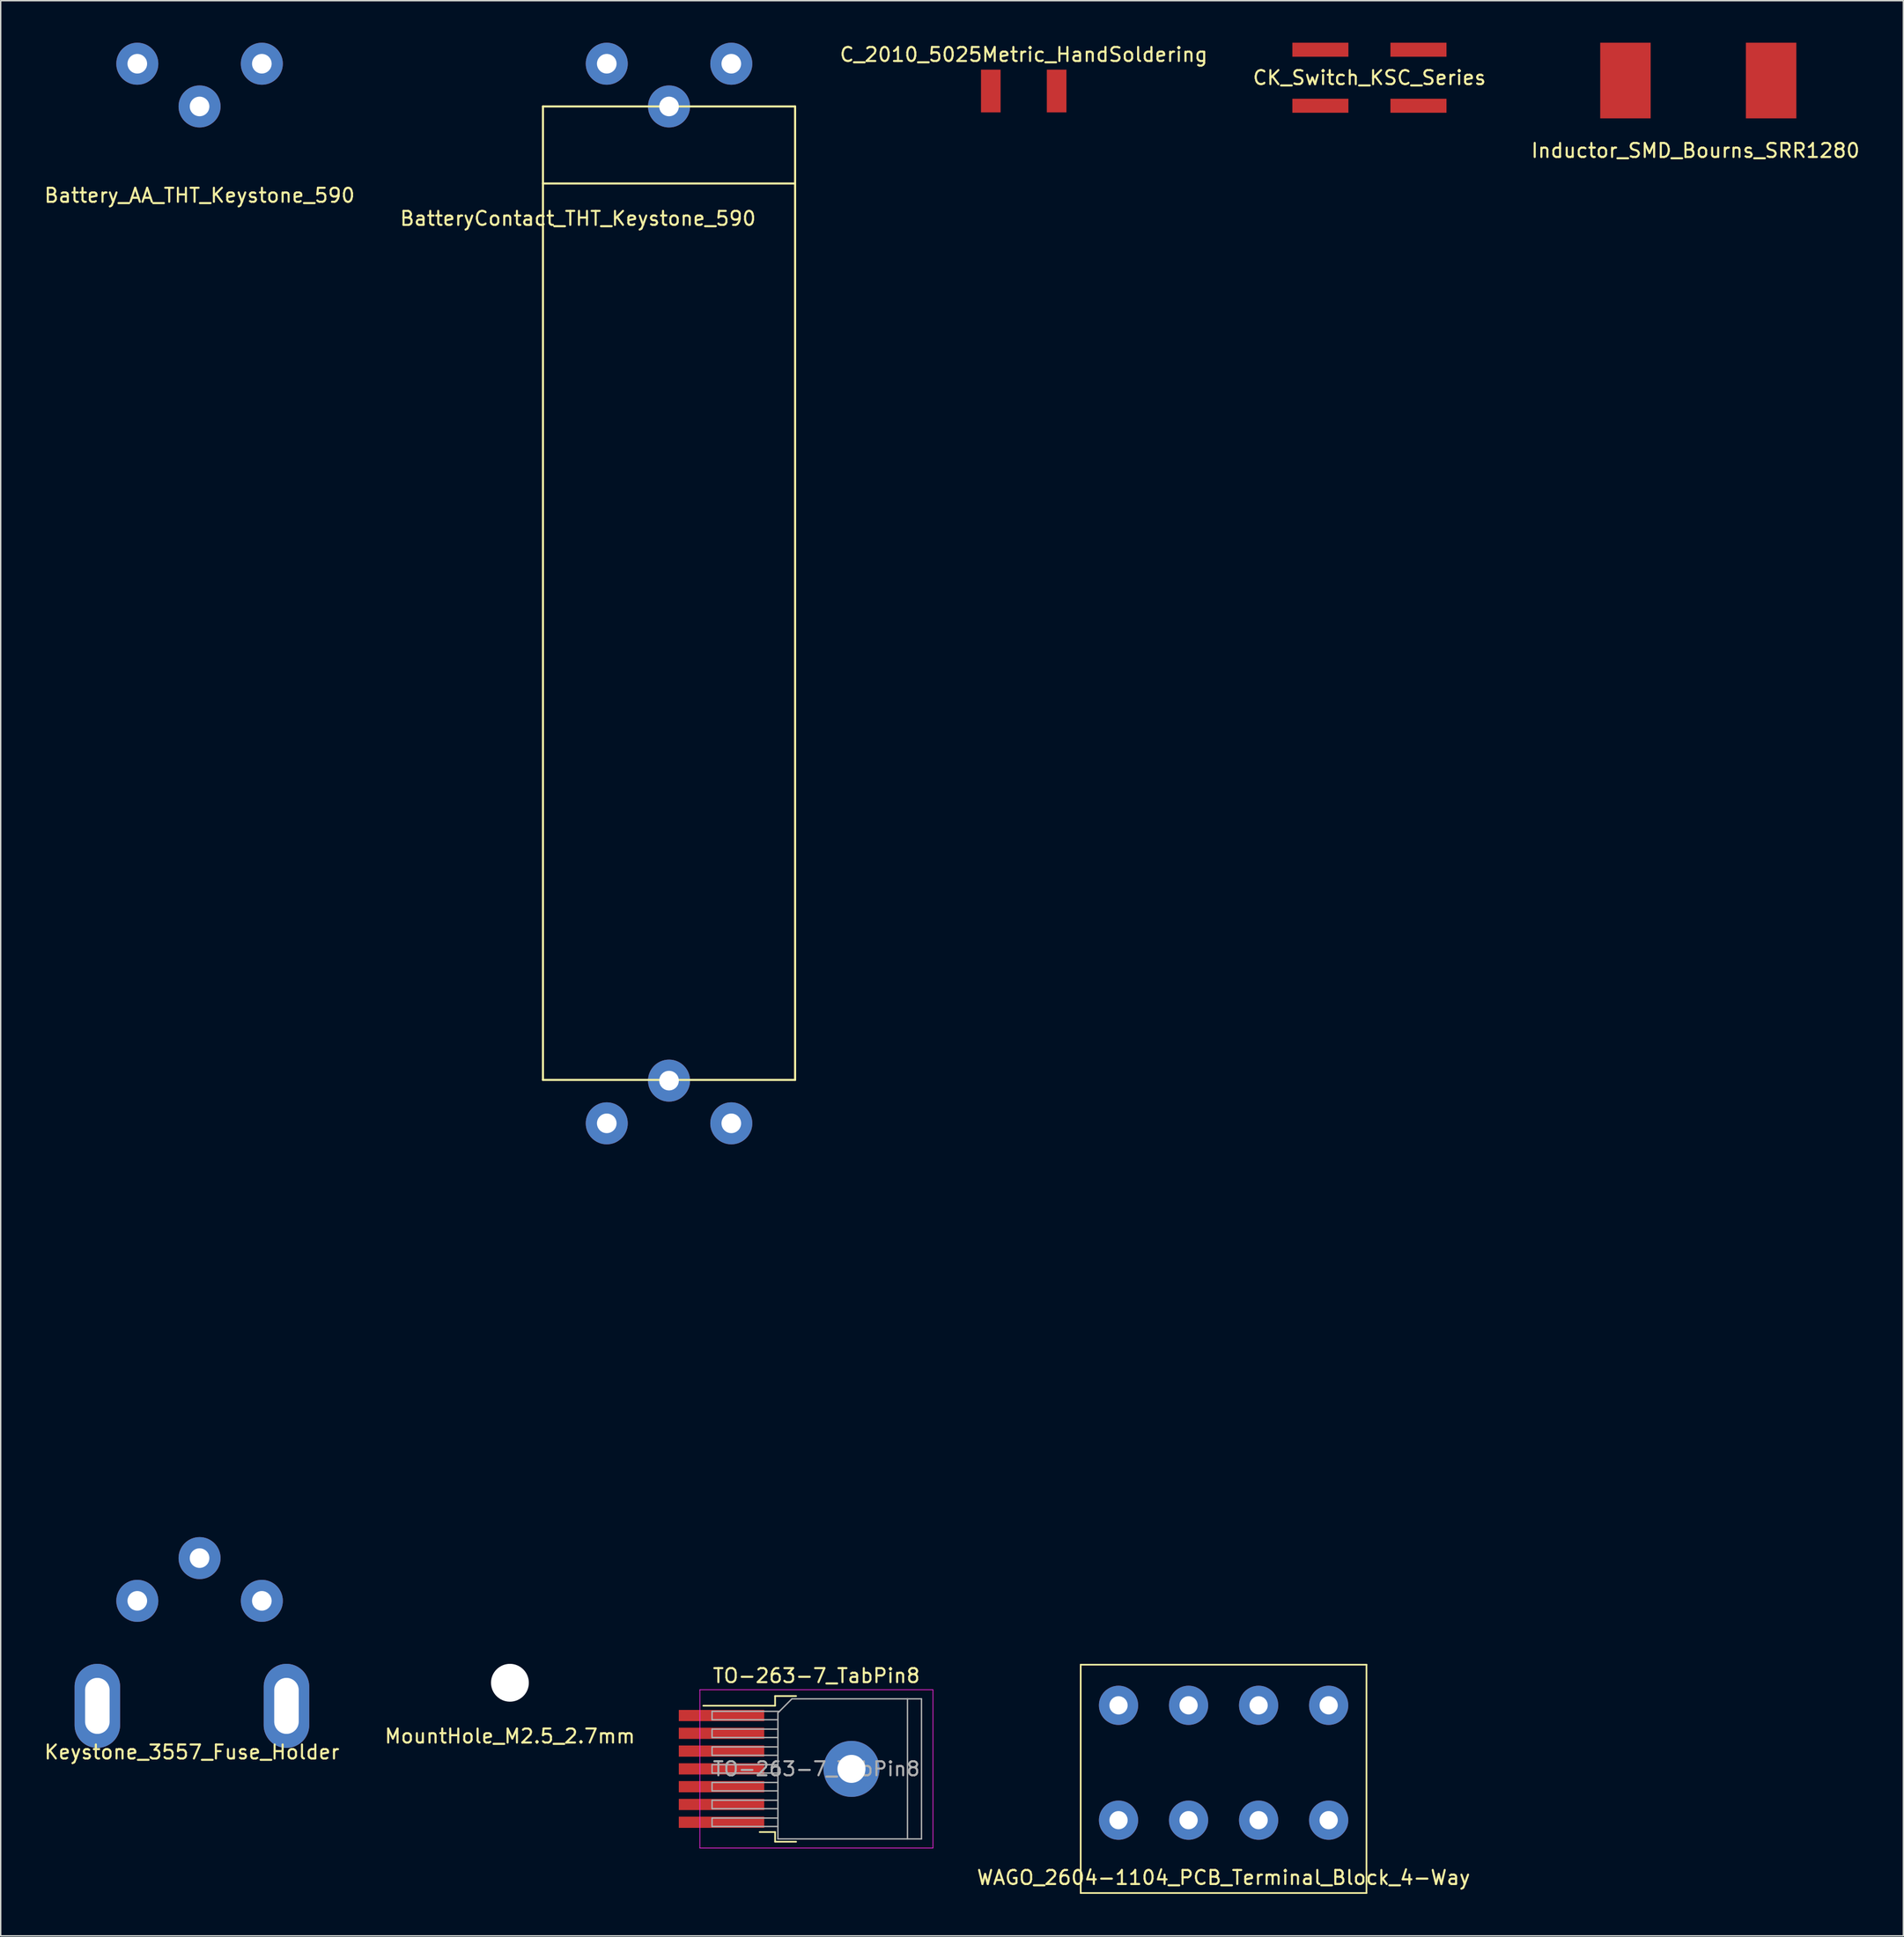
<source format=kicad_pcb>
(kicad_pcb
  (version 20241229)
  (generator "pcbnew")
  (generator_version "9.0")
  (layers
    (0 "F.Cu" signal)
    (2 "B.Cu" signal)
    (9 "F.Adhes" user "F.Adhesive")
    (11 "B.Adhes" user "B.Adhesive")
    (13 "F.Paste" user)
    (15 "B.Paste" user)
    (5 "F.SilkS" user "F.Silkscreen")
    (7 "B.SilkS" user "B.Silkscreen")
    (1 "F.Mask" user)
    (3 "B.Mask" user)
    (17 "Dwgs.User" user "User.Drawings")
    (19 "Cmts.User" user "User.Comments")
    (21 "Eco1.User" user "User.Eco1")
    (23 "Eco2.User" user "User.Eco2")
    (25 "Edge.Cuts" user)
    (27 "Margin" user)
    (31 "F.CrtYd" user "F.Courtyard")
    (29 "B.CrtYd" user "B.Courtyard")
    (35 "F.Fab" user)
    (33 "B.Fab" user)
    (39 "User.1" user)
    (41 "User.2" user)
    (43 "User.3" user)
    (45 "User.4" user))
  (footprint "BatteryContact_THT_Keystone_590"
    (layer "F.Cu")
    (at 44.708 4.55)
    (property "Reference" "BatteryContact_THT_Keystone_590" (at -6.5 8 0) (layer "F.SilkS") (effects (font (size 1 1) (thickness 0.15))))
    (attr through_hole)
    (fp_line (start -9 0) (end 9 0) (stroke (width 0.15) (type solid)) (layer "F.SilkS"))
    (fp_line (start -9 69.5) (end -9 0) (stroke (width 0.15) (type solid)) (layer "F.SilkS"))
    (fp_line (start 9 0) (end 9 69.5) (stroke (width 0.15) (type solid)) (layer "F.SilkS"))
    (fp_line (start 9 5.5) (end -9 5.5) (stroke (width 0.15) (type solid)) (layer "F.SilkS"))
    (fp_line (start 9 69.5) (end -9 69.5) (stroke (width 0.15) (type solid)) (layer "F.SilkS"))
    (pad "1" thru_hole circle (at -4.445 -3.05) (size 3 3) (drill 1.4) (layers "*.Cu" "*.Mask"))
    (pad "1" thru_hole circle (at 0 0) (size 3 3) (drill 1.4) (layers "*.Cu" "*.Mask"))
    (pad "1" thru_hole circle (at 4.445 -3.05) (size 3 3) (drill 1.4) (layers "*.Cu" "*.Mask"))
    (pad "2" thru_hole circle (at -4.445 72.6) (size 3 3) (drill 1.4) (layers "*.Cu" "*.Mask"))
    (pad "2" thru_hole circle (at 0 69.55) (size 3 3) (drill 1.4) (layers "*.Cu" "*.Mask"))
    (pad "2" thru_hole circle (at 4.445 72.6) (size 3 3) (drill 1.4) (layers "*.Cu" "*.Mask")))
  (footprint "TO-263-7_TabPin8"
    (layer "F.Cu")
    (at 55.23 123.238)
    (property "Reference" "TO-263-7_TabPin8" (at 0 -6.65 0) (layer "F.SilkS") (effects (font (size 1 1) (thickness 0.15))))
    (attr smd)
    (fp_line (start -2.95 -5.2) (end -2.95 -4.51) (stroke (width 0.12) (type solid)) (layer "F.SilkS"))
    (fp_line (start -2.95 -4.51) (end -8.075 -4.51) (stroke (width 0.12) (type solid)) (layer "F.SilkS"))
    (fp_line (start -2.95 4.51) (end -4.05 4.51) (stroke (width 0.12) (type solid)) (layer "F.SilkS"))
    (fp_line (start -2.95 5.2) (end -2.95 4.51) (stroke (width 0.12) (type solid)) (layer "F.SilkS"))
    (fp_line (start -1.45 -5.2) (end -2.95 -5.2) (stroke (width 0.12) (type solid)) (layer "F.SilkS"))
    (fp_line (start -1.45 5.2) (end -2.95 5.2) (stroke (width 0.12) (type solid)) (layer "F.SilkS"))
    (fp_line (start -8.32 -5.65) (end -8.32 5.65) (stroke (width 0.05) (type solid)) (layer "F.CrtYd"))
    (fp_line (start -8.32 5.65) (end 8.32 5.65) (stroke (width 0.05) (type solid)) (layer "F.CrtYd"))
    (fp_line (start 8.32 -5.65) (end -8.32 -5.65) (stroke (width 0.05) (type solid)) (layer "F.CrtYd"))
    (fp_line (start 8.32 5.65) (end 8.32 -5.65) (stroke (width 0.05) (type solid)) (layer "F.CrtYd"))
    (fp_line (start -7.45 -4.11) (end -7.45 -3.51) (stroke (width 0.1) (type solid)) (layer "F.Fab"))
    (fp_line (start -7.45 -3.51) (end -2.75 -3.51) (stroke (width 0.1) (type solid)) (layer "F.Fab"))
    (fp_line (start -7.45 -2.84) (end -7.45 -2.24) (stroke (width 0.1) (type solid)) (layer "F.Fab"))
    (fp_line (start -7.45 -2.24) (end -2.75 -2.24) (stroke (width 0.1) (type solid)) (layer "F.Fab"))
    (fp_line (start -7.45 -1.57) (end -7.45 -0.97) (stroke (width 0.1) (type solid)) (layer "F.Fab"))
    (fp_line (start -7.45 -0.97) (end -2.75 -0.97) (stroke (width 0.1) (type solid)) (layer "F.Fab"))
    (fp_line (start -7.45 -0.3) (end -7.45 0.3) (stroke (width 0.1) (type solid)) (layer "F.Fab"))
    (fp_line (start -7.45 0.3) (end -2.75 0.3) (stroke (width 0.1) (type solid)) (layer "F.Fab"))
    (fp_line (start -7.45 0.97) (end -7.45 1.57) (stroke (width 0.1) (type solid)) (layer "F.Fab"))
    (fp_line (start -7.45 1.57) (end -2.75 1.57) (stroke (width 0.1) (type solid)) (layer "F.Fab"))
    (fp_line (start -7.45 2.24) (end -7.45 2.84) (stroke (width 0.1) (type solid)) (layer "F.Fab"))
    (fp_line (start -7.45 2.84) (end -2.75 2.84) (stroke (width 0.1) (type solid)) (layer "F.Fab"))
    (fp_line (start -7.45 3.51) (end -7.45 4.11) (stroke (width 0.1) (type solid)) (layer "F.Fab"))
    (fp_line (start -7.45 4.11) (end -2.75 4.11) (stroke (width 0.1) (type solid)) (layer "F.Fab"))
    (fp_line (start -2.75 -4) (end -1.75 -5) (stroke (width 0.1) (type solid)) (layer "F.Fab"))
    (fp_line (start -2.75 -2.84) (end -7.45 -2.84) (stroke (width 0.1) (type solid)) (layer "F.Fab"))
    (fp_line (start -2.75 -1.57) (end -7.45 -1.57) (stroke (width 0.1) (type solid)) (layer "F.Fab"))
    (fp_line (start -2.75 -0.3) (end -7.45 -0.3) (stroke (width 0.1) (type solid)) (layer "F.Fab"))
    (fp_line (start -2.75 0.97) (end -7.45 0.97) (stroke (width 0.1) (type solid)) (layer "F.Fab"))
    (fp_line (start -2.75 2.24) (end -7.45 2.24) (stroke (width 0.1) (type solid)) (layer "F.Fab"))
    (fp_line (start -2.75 3.51) (end -7.45 3.51) (stroke (width 0.1) (type solid)) (layer "F.Fab"))
    (fp_line (start -2.75 5) (end -2.75 -4) (stroke (width 0.1) (type solid)) (layer "F.Fab"))
    (fp_line (start -2.64 -4.11) (end -7.45 -4.11) (stroke (width 0.1) (type solid)) (layer "F.Fab"))
    (fp_line (start -1.75 -5) (end 6.5 -5) (stroke (width 0.1) (type solid)) (layer "F.Fab"))
    (fp_line (start 6.5 -5) (end 6.5 5) (stroke (width 0.1) (type solid)) (layer "F.Fab"))
    (fp_line (start 6.5 -5) (end 7.5 -5) (stroke (width 0.1) (type solid)) (layer "F.Fab"))
    (fp_line (start 6.5 5) (end -2.75 5) (stroke (width 0.1) (type solid)) (layer "F.Fab"))
    (fp_line (start 7.5 -5) (end 7.5 5) (stroke (width 0.1) (type solid)) (layer "F.Fab"))
    (fp_line (start 7.5 5) (end 6.5 5) (stroke (width 0.1) (type solid)) (layer "F.Fab"))
    (fp_text user "${REFERENCE}" (at 0 0 0) (layer "F.Fab") (effects (font (size 1 1) (thickness 0.15))))
    (pad "1" smd rect (at -6.775 -3.81) (size 6.1 0.8) (layers "F.Cu" "F.Mask" "F.Paste"))
    (pad "2" smd rect (at -6.775 -2.54) (size 6.1 0.8) (layers "F.Cu" "F.Mask" "F.Paste"))
    (pad "3" smd rect (at -6.775 -1.27) (size 6.1 0.8) (layers "F.Cu" "F.Mask" "F.Paste"))
    (pad "4" smd rect (at -6.775 0) (size 6.1 0.8) (layers "F.Cu" "F.Mask" "F.Paste"))
    (pad "5" smd rect (at -6.775 1.27) (size 6.1 0.8) (layers "F.Cu" "F.Mask" "F.Paste"))
    (pad "6" smd rect (at -6.775 2.54) (size 6.1 0.8) (layers "F.Cu" "F.Mask" "F.Paste"))
    (pad "7" smd rect (at -6.775 3.81) (size 6.1 0.8) (layers "F.Cu" "F.Mask" "F.Paste"))
    (pad "8" thru_hole circle (at 2.5 0) (size 4 4) (drill 2) (layers "*.Cu" "*.Mask")))
  (footprint "Battery_AA_THT_Keystone_590"
    (layer "F.Cu")
    (at 11.196 4.55)
    (property "Reference" "Battery_AA_THT_Keystone_590" (at 0 6.35 0) (layer "F.SilkS") (effects (font (size 1 1) (thickness 0.15))))
    (attr through_hole)
    (pad "1" thru_hole circle (at -4.445 -3.05) (size 3 3) (drill 1.4) (layers "*.Cu" "*.Mask"))
    (pad "1" thru_hole circle (at 0 0) (size 3 3) (drill 1.4) (layers "*.Cu" "*.Mask"))
    (pad "1" thru_hole circle (at 4.445 -3.05) (size 3 3) (drill 1.4) (layers "*.Cu" "*.Mask"))
    (pad "2" thru_hole circle (at -4.445 106.69) (size 3 3) (drill 1.4) (layers "*.Cu" "*.Mask"))
    (pad "2" thru_hole circle (at 0 103.64) (size 3 3) (drill 1.4) (layers "*.Cu" "*.Mask"))
    (pad "2" thru_hole circle (at 4.445 106.69) (size 3 3) (drill 1.4) (layers "*.Cu" "*.Mask")))
  (footprint "WAGO_2604-1104_PCB_Terminal_Block_4-Way"
    (layer "F.Cu")
    (at 84.295 122.8)
    (property "Reference" "WAGO_2604-1104_PCB_Terminal_Block_4-Way" (at 0 8.2 0) (layer "F.SilkS") (effects (font (size 1 1) (thickness 0.15))))
    (attr through_hole)
    (fp_line (start -10.2 -7) (end -10.2 9.3) (stroke (width 0.12) (type solid)) (layer "F.SilkS"))
    (fp_line (start -10.2 9.3) (end 10.2 9.3) (stroke (width 0.12) (type solid)) (layer "F.SilkS"))
    (fp_line (start 10.2 -7) (end -10.2 -7) (stroke (width 0.12) (type solid)) (layer "F.SilkS"))
    (fp_line (start 10.2 9.3) (end 10.2 -7) (stroke (width 0.12) (type solid)) (layer "F.SilkS"))
    (pad "1" thru_hole circle (at -7.5 -4.1) (size 2.8 2.8) (drill 1.3) (layers "*.Cu" "*.Mask"))
    (pad "1" thru_hole circle (at -7.5 4.1) (size 2.8 2.8) (drill 1.3) (layers "*.Cu" "*.Mask"))
    (pad "2" thru_hole circle (at -2.5 -4.1) (size 2.8 2.8) (drill 1.3) (layers "*.Cu" "*.Mask"))
    (pad "2" thru_hole circle (at -2.5 4.1) (size 2.8 2.8) (drill 1.3) (layers "*.Cu" "*.Mask"))
    (pad "3" thru_hole circle (at 2.5 -4.1) (size 2.8 2.8) (drill 1.3) (layers "*.Cu" "*.Mask"))
    (pad "3" thru_hole circle (at 2.5 4.1) (size 2.8 2.8) (drill 1.3) (layers "*.Cu" "*.Mask"))
    (pad "4" thru_hole circle (at 7.5 -4.1) (size 2.8 2.8) (drill 1.3) (layers "*.Cu" "*.Mask"))
    (pad "4" thru_hole circle (at 7.5 4.1) (size 2.8 2.8) (drill 1.3) (layers "*.Cu" "*.Mask")))
  (footprint "Keystone_3557_Fuse_Holder"
    (layer "F.Cu")
    (at 10.649 118.74)
    (property "Reference" "Keystone_3557_Fuse_Holder" (at 0 3.3 0) (layer "F.SilkS") (effects (font (size 1 1) (thickness 0.15))))
    (attr through_hole)
    (pad "1" thru_hole oval (at -6.75 0) (size 3.25 6) (drill oval 1.75 4) (layers "*.Cu" "*.Mask"))
    (pad "2" thru_hole oval (at 6.75 0) (size 3.25 6) (drill oval 1.75 4) (layers "*.Cu" "*.Mask")))
  (footprint "CK_Switch_KSC_Series"
    (layer "F.Cu")
    (at 94.706 2.5)
    (property "Reference" "CK_Switch_KSC_Series" (at 0 0 0) (layer "F.SilkS") (effects (font (size 1 1) (thickness 0.15))))
    (attr through_hole)
    (pad "1" smd rect (at -3.5 -2) (size 4 1) (layers "F.Cu" "F.Mask" "F.Paste"))
    (pad "1" smd rect (at 3.5 -2) (size 4 1) (layers "F.Cu" "F.Mask" "F.Paste"))
    (pad "2" smd rect (at -3.5 2) (size 4 1) (layers "F.Cu" "F.Mask" "F.Paste"))
    (pad "2" smd rect (at 3.5 2) (size 4 1) (layers "F.Cu" "F.Mask" "F.Paste")))
  (footprint "Inductor_SMD_Bourns_SRR1280"
    (layer "F.Cu")
    (at 118.18 2.7)
    (property "Reference" "Inductor_SMD_Bourns_SRR1280" (at -0.2 5 0) (layer "F.SilkS") (effects (font (size 1 1) (thickness 0.15))))
    (attr through_hole)
    (pad "1" smd rect (at -5.2 0) (size 3.6 5.4) (layers "F.Cu" "F.Mask" "F.Paste"))
    (pad "2" smd rect (at 5.2 0) (size 3.6 5.4) (layers "F.Cu" "F.Mask" "F.Paste")))
  (footprint "MountHole_M2.5_2.7mm"
    (layer "F.Cu")
    (at 33.351 117.09)
    (property "Reference" "MountHole_M2.5_2.7mm" (at 0 3.81 0) (layer "F.SilkS") (effects (font (size 1 1) (thickness 0.15))))
    (attr through_hole)
    (pad "" np_thru_hole circle (at 0 0) (size 2.7 2.7) (drill 2.7) (layers "*.Cu" "*.Mask")))
  (footprint "C_2010_5025Metric_HandSoldering"
    (layer "F.Cu")
    (at 70.027 3.448)
    (property "Reference" "C_2010_5025Metric_HandSoldering" (at 0 -2.6 0) (layer "F.SilkS") (effects (font (size 1 1) (thickness 0.15))))
    (attr through_hole)
    (pad "1" smd rect (at -2.35 0) (size 1.4 3.05) (layers "F.Cu" "F.Mask" "F.Paste"))
    (pad "2" smd rect (at 2.35 0) (size 1.4 3.05) (layers "F.Cu" "F.Mask" "F.Paste")))
  (gr_rect
    (start -3 -3)
    (end 132.819 135.16)
    (stroke (width 0.1) (type default))
    (fill no)
    (layer "Edge.Cuts")))
</source>
